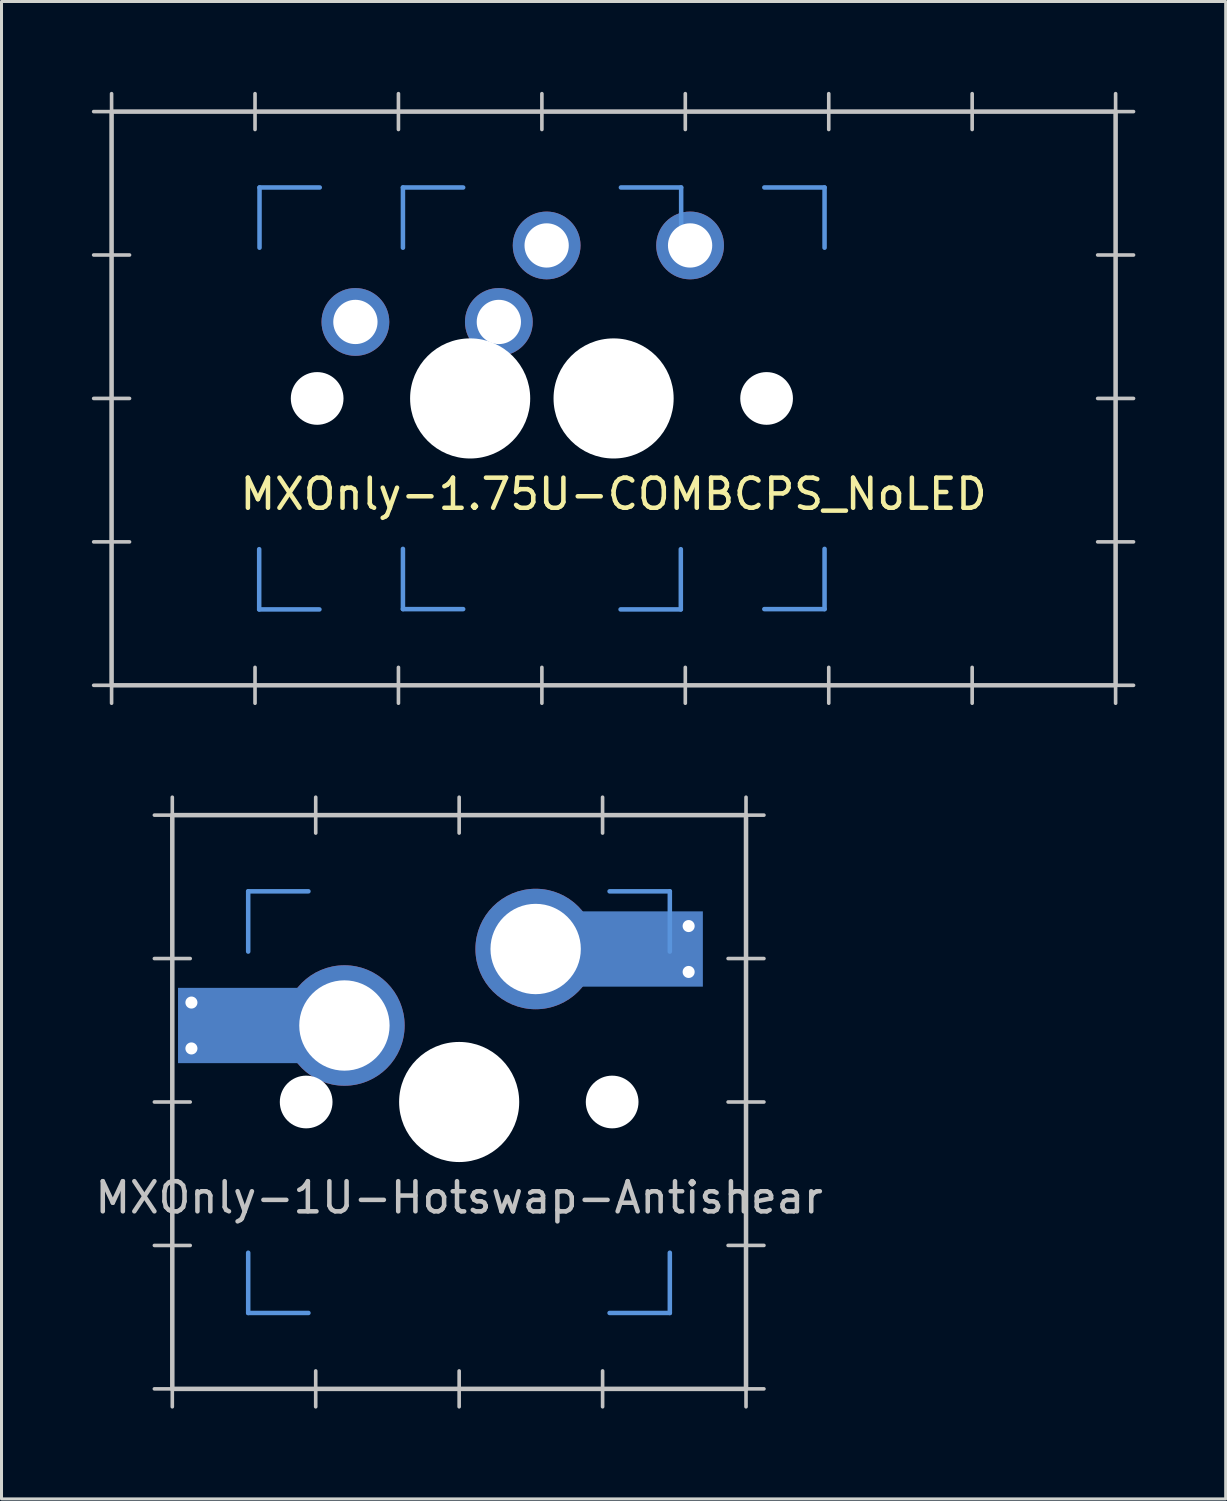
<source format=kicad_pcb>
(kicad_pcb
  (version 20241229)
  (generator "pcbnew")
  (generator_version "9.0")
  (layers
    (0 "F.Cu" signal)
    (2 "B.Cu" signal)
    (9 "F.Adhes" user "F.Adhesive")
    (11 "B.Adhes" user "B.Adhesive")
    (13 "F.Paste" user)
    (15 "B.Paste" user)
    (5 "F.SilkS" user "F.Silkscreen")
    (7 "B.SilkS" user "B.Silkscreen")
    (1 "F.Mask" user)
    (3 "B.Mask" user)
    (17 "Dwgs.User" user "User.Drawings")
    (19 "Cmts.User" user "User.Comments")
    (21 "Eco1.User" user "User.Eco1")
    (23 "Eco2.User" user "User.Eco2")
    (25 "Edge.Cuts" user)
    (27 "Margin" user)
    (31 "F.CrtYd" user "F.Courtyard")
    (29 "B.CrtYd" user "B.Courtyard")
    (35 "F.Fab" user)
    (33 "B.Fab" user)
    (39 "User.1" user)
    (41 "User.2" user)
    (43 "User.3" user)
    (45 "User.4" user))
  (footprint "MXOnly-1.75U-COMBCPS_NoLED"
    (layer "F.Cu")
    (at 17.324 10.18)
    (property "Reference" "MXOnly-1.75U-COMBCPS_NoLED" (at 0 3.175 0) (layer "F.SilkS") (effects (font (size 1 1) (thickness 0.15))))
    (attr through_hole)
    (fp_line (start -17.264 -9.525) (end -16.669 -9.525) (stroke (width 0.12) (type solid)) (layer "Dwgs.User"))
    (fp_line (start -17.264 0) (end -16.073 0) (stroke (width 0.12) (type solid)) (layer "Dwgs.User"))
    (fp_line (start -17.264 4.763) (end -16.073 4.763) (stroke (width 0.12) (type solid)) (layer "Dwgs.User"))
    (fp_line (start -17.264 9.525) (end -16.669 9.525) (stroke (width 0.12) (type solid)) (layer "Dwgs.User"))
    (fp_line (start -16.669 -10.12) (end -16.669 -9.525) (stroke (width 0.12) (type solid)) (layer "Dwgs.User"))
    (fp_line (start -16.669 10.12) (end -16.669 9.525) (stroke (width 0.12) (type solid)) (layer "Dwgs.User"))
    (fp_line (start -16.669 -9.525) (end 16.669 -9.525) (stroke (width 0.15) (type solid)) (layer "Dwgs.User"))
    (fp_line (start -16.669 9.525) (end -16.669 -9.525) (stroke (width 0.15) (type solid)) (layer "Dwgs.User"))
    (fp_line (start -16.669 9.525) (end 16.669 9.525) (stroke (width 0.15) (type solid)) (layer "Dwgs.User"))
    (fp_line (start -16.073 -4.763) (end -17.264 -4.763) (stroke (width 0.12) (type solid)) (layer "Dwgs.User"))
    (fp_line (start -11.906 -10.12) (end -11.906 -8.93) (stroke (width 0.12) (type solid)) (layer "Dwgs.User"))
    (fp_line (start -11.906 8.93) (end -11.906 10.12) (stroke (width 0.12) (type solid)) (layer "Dwgs.User"))
    (fp_line (start -7.144 -10.12) (end -7.144 -8.93) (stroke (width 0.12) (type solid)) (layer "Dwgs.User"))
    (fp_line (start -7.144 10.12) (end -7.144 8.93) (stroke (width 0.12) (type solid)) (layer "Dwgs.User"))
    (fp_line (start -2.381 -8.93) (end -2.381 -10.12) (stroke (width 0.12) (type solid)) (layer "Dwgs.User"))
    (fp_line (start -2.381 10.12) (end -2.381 8.93) (stroke (width 0.12) (type solid)) (layer "Dwgs.User"))
    (fp_line (start 2.381 -10.12) (end 2.381 -8.93) (stroke (width 0.12) (type solid)) (layer "Dwgs.User"))
    (fp_line (start 2.381 8.93) (end 2.381 10.12) (stroke (width 0.12) (type solid)) (layer "Dwgs.User"))
    (fp_line (start 7.144 -10.12) (end 7.144 -8.93) (stroke (width 0.12) (type solid)) (layer "Dwgs.User"))
    (fp_line (start 7.144 8.93) (end 7.144 10.12) (stroke (width 0.12) (type solid)) (layer "Dwgs.User"))
    (fp_line (start 11.906 -8.93) (end 11.906 -10.12) (stroke (width 0.12) (type solid)) (layer "Dwgs.User"))
    (fp_line (start 11.906 10.12) (end 11.906 8.93) (stroke (width 0.12) (type solid)) (layer "Dwgs.User"))
    (fp_line (start 16.073 4.762) (end 17.264 4.762) (stroke (width 0.12) (type solid)) (layer "Dwgs.User"))
    (fp_line (start 16.669 -9.525) (end 16.669 9.525) (stroke (width 0.15) (type solid)) (layer "Dwgs.User"))
    (fp_line (start 16.669 -10.12) (end 16.669 -9.525) (stroke (width 0.12) (type solid)) (layer "Dwgs.User"))
    (fp_line (start 16.669 10.12) (end 16.669 9.525) (stroke (width 0.12) (type solid)) (layer "Dwgs.User"))
    (fp_line (start 17.264 -9.525) (end 16.669 -9.525) (stroke (width 0.12) (type solid)) (layer "Dwgs.User"))
    (fp_line (start 17.264 -4.763) (end 16.073 -4.763) (stroke (width 0.12) (type solid)) (layer "Dwgs.User"))
    (fp_line (start 17.264 -0.000008) (end 16.073 -0.000008) (stroke (width 0.12) (type solid)) (layer "Dwgs.User"))
    (fp_line (start 17.264 9.525) (end 16.669 9.525) (stroke (width 0.12) (type solid)) (layer "Dwgs.User"))
    (fp_line (start -11.768 7.005) (end -11.768 5.005) (stroke (width 0.15) (type solid)) (layer "Cmts.User"))
    (fp_line (start -11.757 -7.005) (end -11.757 -5.005) (stroke (width 0.15) (type solid)) (layer "Cmts.User"))
    (fp_line (start -9.768 7.005) (end -11.768 7.005) (stroke (width 0.15) (type solid)) (layer "Cmts.User"))
    (fp_line (start -9.757 -7.005) (end -11.757 -7.005) (stroke (width 0.15) (type solid)) (layer "Cmts.User"))
    (fp_line (start -6.995 -7.005) (end -6.995 -5.005) (stroke (width 0.15) (type solid)) (layer "Cmts.User"))
    (fp_line (start -6.995 6.995) (end -6.995 4.995) (stroke (width 0.15) (type solid)) (layer "Cmts.User"))
    (fp_line (start -4.995 -7.005) (end -6.995 -7.005) (stroke (width 0.15) (type solid)) (layer "Cmts.User"))
    (fp_line (start -4.995 6.995) (end -6.995 6.995) (stroke (width 0.15) (type solid)) (layer "Cmts.User"))
    (fp_line (start 0.232 7.005) (end 2.232 7.005) (stroke (width 0.15) (type solid)) (layer "Cmts.User"))
    (fp_line (start 0.243 -7.005) (end 2.243 -7.005) (stroke (width 0.15) (type solid)) (layer "Cmts.User"))
    (fp_line (start 2.232 7.005) (end 2.232 5.005) (stroke (width 0.15) (type solid)) (layer "Cmts.User"))
    (fp_line (start 2.243 -7.005) (end 2.243 -5.005) (stroke (width 0.15) (type solid)) (layer "Cmts.User"))
    (fp_line (start 5.005 -7.005) (end 7.005 -7.005) (stroke (width 0.15) (type solid)) (layer "Cmts.User"))
    (fp_line (start 5.005 6.995) (end 7.005 6.995) (stroke (width 0.15) (type solid)) (layer "Cmts.User"))
    (fp_line (start 7.005 -7.005) (end 7.005 -5.005) (stroke (width 0.15) (type solid)) (layer "Cmts.User"))
    (fp_line (start 7.005 6.995) (end 7.005 4.995) (stroke (width 0.15) (type solid)) (layer "Cmts.User"))
    (pad "" np_thru_hole circle (at -9.843 0 48.1) (size 1.75 1.75) (drill 1.75) (layers "*.Cu" "*.Mask"))
    (pad "" np_thru_hole circle (at -5.08 0 48.1) (size 1.75 1.75) (drill 1.75) (layers "*.Cu" "*.Mask"))
    (pad "" np_thru_hole circle (at -4.763 0) (size 3.988 3.988) (drill 3.988) (layers "*.Cu" "*.Mask"))
    (pad "" np_thru_hole circle (at 0 0) (size 3.988 3.988) (drill 3.988) (layers "*.Cu" "*.Mask"))
    (pad "" np_thru_hole circle (at 0.317 0 48.1) (size 1.75 1.75) (drill 1.75) (layers "*.Cu" "*.Mask"))
    (pad "" np_thru_hole circle (at 5.08 0 48.1) (size 1.75 1.75) (drill 1.75) (layers "*.Cu" "*.Mask"))
    (pad "1" thru_hole circle (at -8.573 -2.54) (size 2.25 2.25) (drill 1.47) (layers "*.Cu" "B.Mask"))
    (pad "1" thru_hole circle (at -3.81 -2.54) (size 2.25 2.25) (drill 1.47) (layers "*.Cu" "B.Mask"))
    (pad "2" thru_hole circle (at -2.223 -5.08) (size 2.25 2.25) (drill 1.47) (layers "*.Cu" "B.Mask"))
    (pad "2" thru_hole circle (at 2.54 -5.08) (size 2.25 2.25) (drill 1.47) (layers "*.Cu" "B.Mask")))
  (footprint "MXOnly-1U-Hotswap-Antishear"
    (layer "F.Cu")
    (at 12.196 33.541)
    (property "Reference" "MXOnly-1U-Hotswap-Antishear" (at 0 3.175 0) (layer "Dwgs.User") (effects (font (size 1 1) (thickness 0.15))))
    (attr through_hole)
    (fp_line (start -10.12 -9.525) (end -9.525 -9.525) (stroke (width 0.12) (type solid)) (layer "Dwgs.User"))
    (fp_line (start -10.12 0) (end -8.93 0) (stroke (width 0.12) (type solid)) (layer "Dwgs.User"))
    (fp_line (start -10.12 4.763) (end -8.93 4.763) (stroke (width 0.12) (type solid)) (layer "Dwgs.User"))
    (fp_line (start -10.12 9.525) (end -9.525 9.525) (stroke (width 0.12) (type solid)) (layer "Dwgs.User"))
    (fp_line (start -9.525 -10.12) (end -9.525 -9.525) (stroke (width 0.12) (type solid)) (layer "Dwgs.User"))
    (fp_line (start -9.525 10.12) (end -9.525 9.525) (stroke (width 0.12) (type solid)) (layer "Dwgs.User"))
    (fp_line (start -9.525 -9.525) (end 9.525 -9.525) (stroke (width 0.15) (type solid)) (layer "Dwgs.User"))
    (fp_line (start -9.525 9.525) (end -9.525 -9.525) (stroke (width 0.15) (type solid)) (layer "Dwgs.User"))
    (fp_line (start -8.93 -4.763) (end -10.12 -4.763) (stroke (width 0.12) (type solid)) (layer "Dwgs.User"))
    (fp_line (start -4.763 -10.12) (end -4.763 -8.93) (stroke (width 0.12) (type solid)) (layer "Dwgs.User"))
    (fp_line (start -4.763 8.93) (end -4.763 10.12) (stroke (width 0.12) (type solid)) (layer "Dwgs.User"))
    (fp_line (start -0.000008 -10.12) (end -0.000008 -8.93) (stroke (width 0.12) (type solid)) (layer "Dwgs.User"))
    (fp_line (start 0 10.12) (end 0 8.93) (stroke (width 0.12) (type solid)) (layer "Dwgs.User"))
    (fp_line (start 4.762 -8.93) (end 4.762 -10.12) (stroke (width 0.12) (type solid)) (layer "Dwgs.User"))
    (fp_line (start 4.763 10.12) (end 4.763 8.93) (stroke (width 0.12) (type solid)) (layer "Dwgs.User"))
    (fp_line (start 8.93 4.762) (end 10.12 4.762) (stroke (width 0.12) (type solid)) (layer "Dwgs.User"))
    (fp_line (start 9.525 -10.12) (end 9.525 -9.525) (stroke (width 0.12) (type solid)) (layer "Dwgs.User"))
    (fp_line (start 9.525 -9.525) (end 9.525 9.525) (stroke (width 0.15) (type solid)) (layer "Dwgs.User"))
    (fp_line (start 9.525 9.525) (end -9.525 9.525) (stroke (width 0.15) (type solid)) (layer "Dwgs.User"))
    (fp_line (start 9.525 10.12) (end 9.525 9.525) (stroke (width 0.12) (type solid)) (layer "Dwgs.User"))
    (fp_line (start 10.12 -9.525) (end 9.525 -9.525) (stroke (width 0.12) (type solid)) (layer "Dwgs.User"))
    (fp_line (start 10.12 -4.763) (end 8.93 -4.763) (stroke (width 0.12) (type solid)) (layer "Dwgs.User"))
    (fp_line (start 10.12 -0.000008) (end 8.93 -0.000008) (stroke (width 0.12) (type solid)) (layer "Dwgs.User"))
    (fp_line (start 10.12 9.525) (end 9.525 9.525) (stroke (width 0.12) (type solid)) (layer "Dwgs.User"))
    (fp_line (start -7.005 -6.995) (end -7.005 -4.995) (stroke (width 0.15) (type solid)) (layer "Cmts.User"))
    (fp_line (start -7.005 7.005) (end -7.005 5.005) (stroke (width 0.15) (type solid)) (layer "Cmts.User"))
    (fp_line (start -5.005 -6.995) (end -7.005 -6.995) (stroke (width 0.15) (type solid)) (layer "Cmts.User"))
    (fp_line (start -5.005 7.005) (end -7.005 7.005) (stroke (width 0.15) (type solid)) (layer "Cmts.User"))
    (fp_line (start 4.995 -6.995) (end 6.995 -6.995) (stroke (width 0.15) (type solid)) (layer "Cmts.User"))
    (fp_line (start 4.995 7.005) (end 6.995 7.005) (stroke (width 0.15) (type solid)) (layer "Cmts.User"))
    (fp_line (start 6.995 -6.995) (end 6.995 -4.995) (stroke (width 0.15) (type solid)) (layer "Cmts.User"))
    (fp_line (start 6.995 7.005) (end 6.995 5.005) (stroke (width 0.15) (type solid)) (layer "Cmts.User"))
    (pad "" smd rect (at -7.085 -2.54) (size 2.55 2.5) (layers "B.Mask" "B.Paste"))
    (pad "" np_thru_hole circle (at -5.08 0 48.1) (size 1.75 1.75) (drill 1.75) (layers "*.Cu" "*.Mask"))
    (pad "" np_thru_hole circle (at 0 0) (size 3.988 3.988) (drill 3.988) (layers "*.Cu" "*.Mask"))
    (pad "" np_thru_hole circle (at 5.08 0 48.1) (size 1.75 1.75) (drill 1.75) (layers "*.Cu" "*.Mask"))
    (pad "" smd rect (at 5.815 -5.08) (size 2.55 2.5) (layers "B.Mask" "B.Paste"))
    (pad "1" thru_hole circle (at -8.89 -3.302) (size 0.8 0.8) (drill 0.4) (layers "*.Cu"))
    (pad "1" thru_hole circle (at -8.89 -1.778) (size 0.8 0.8) (drill 0.4) (layers "*.Cu"))
    (pad "1" smd rect (at -7.085 -2.54) (size 4.5 2.5) (layers "B.Cu"))
    (pad "1" thru_hole circle (at -3.81 -2.54) (size 4 4) (drill 3) (layers "*.Cu"))
    (pad "2" thru_hole circle (at 2.54 -5.08) (size 4 4) (drill 3) (layers "*.Cu"))
    (pad "2" smd rect (at 5.842 -5.08) (size 4.5 2.5) (layers "B.Cu"))
    (pad "2" thru_hole circle (at 7.62 -5.842) (size 0.8 0.8) (drill 0.4) (layers "*.Cu"))
    (pad "2" thru_hole circle (at 7.62 -4.318) (size 0.8 0.8) (drill 0.4) (layers "*.Cu")))
  (gr_rect
    (start -3 -3)
    (end 37.648 46.721)
    (stroke (width 0.1) (type default))
    (fill no)
    (layer "Edge.Cuts")))
</source>
